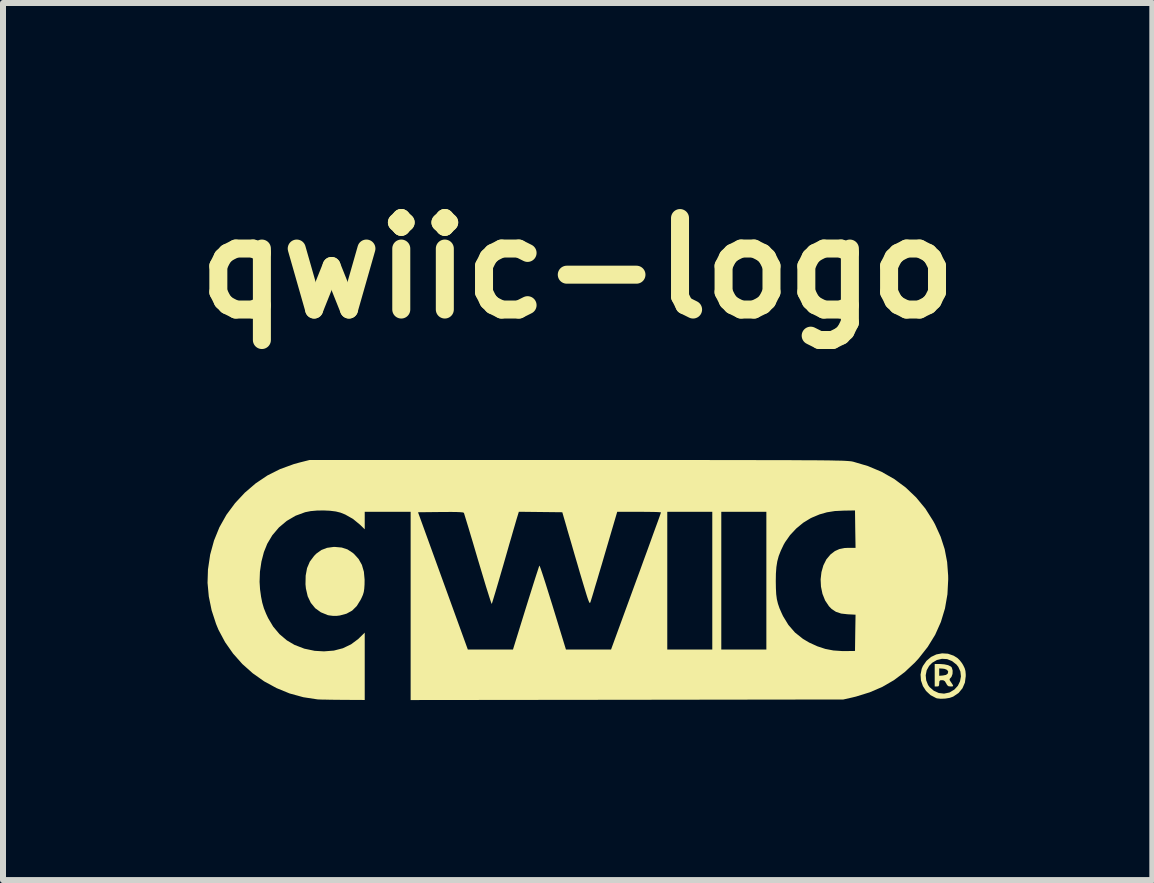
<source format=kicad_pcb>
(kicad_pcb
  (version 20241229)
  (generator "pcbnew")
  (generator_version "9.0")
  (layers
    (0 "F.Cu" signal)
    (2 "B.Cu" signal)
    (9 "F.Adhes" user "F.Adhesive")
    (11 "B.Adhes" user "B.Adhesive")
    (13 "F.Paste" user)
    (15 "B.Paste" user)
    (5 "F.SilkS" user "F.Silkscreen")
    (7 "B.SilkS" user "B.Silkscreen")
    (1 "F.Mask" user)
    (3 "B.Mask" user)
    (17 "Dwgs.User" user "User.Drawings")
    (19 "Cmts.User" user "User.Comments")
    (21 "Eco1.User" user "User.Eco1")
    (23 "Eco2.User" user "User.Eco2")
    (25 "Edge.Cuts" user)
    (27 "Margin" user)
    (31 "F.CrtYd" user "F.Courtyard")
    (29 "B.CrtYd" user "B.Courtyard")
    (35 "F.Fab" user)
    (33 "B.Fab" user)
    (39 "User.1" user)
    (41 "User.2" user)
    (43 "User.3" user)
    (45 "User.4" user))
  (footprint "qwiic-logo"
    (layer "F.Cu")
    (at 6.628 6.498)
    (property "Reference" "qwiic-logo" (at -0.053 -5.08 0) (layer "F.SilkS") (effects (font (size 1.524 1.524) (thickness 0.3))))
    (attr board_only exclude_from_pos_files exclude_from_bom)
    (fp_poly (pts (xy -3.984 -0.425) (xy -3.889 -0.394) (xy -3.803 -0.338) (xy -3.78 -0.319) (xy -3.703 -0.234) (xy -3.648 -0.136) (xy -3.615 -0.022) (xy -3.603 0.11) (xy -3.604 0.191) (xy -3.609 0.263) (xy -3.617 0.316) (xy -3.631 0.363) (xy -3.654 0.415) (xy -3.67 0.447) (xy -3.734 0.55) (xy -3.811 0.626) (xy -3.904 0.677) (xy -4.015 0.707) (xy -4.072 0.714) (xy -4.134 0.713) (xy -4.198 0.705) (xy -4.217 0.701) (xy -4.332 0.654) (xy -4.426 0.586) (xy -4.499 0.497) (xy -4.551 0.388) (xy -4.581 0.258) (xy -4.588 0.187) (xy -4.585 0.043) (xy -4.562 -0.082) (xy -4.516 -0.19) (xy -4.446 -0.284) (xy -4.408 -0.323) (xy -4.323 -0.384) (xy -4.229 -0.42) (xy -4.12 -0.435) (xy -4.096 -0.435)) (stroke (width 0) (type solid)) (fill yes) (layer "F.SilkS"))
    (fp_poly (pts (xy 5.975 1.515) (xy 6.055 1.521) (xy 6.12 1.535) (xy 6.166 1.558) (xy 6.181 1.575) (xy 6.195 1.625) (xy 6.193 1.681) (xy 6.176 1.728) (xy 6.166 1.741) (xy 6.146 1.763) (xy 6.144 1.781) (xy 6.161 1.809) (xy 6.163 1.812) (xy 6.192 1.855) (xy 6.203 1.878) (xy 6.196 1.888) (xy 6.173 1.89) (xy 6.162 1.89) (xy 6.126 1.886) (xy 6.103 1.867) (xy 6.087 1.838) (xy 6.065 1.802) (xy 6.039 1.787) (xy 6.016 1.785) (xy 5.986 1.788) (xy 5.974 1.803) (xy 5.971 1.838) (xy 5.968 1.873) (xy 5.956 1.888) (xy 5.934 1.89) (xy 5.896 1.89) (xy 5.896 1.589) (xy 5.971 1.589) (xy 5.971 1.712) (xy 6.033 1.707) (xy 6.084 1.697) (xy 6.112 1.677) (xy 6.121 1.642) (xy 6.103 1.615) (xy 6.061 1.597) (xy 6.033 1.593) (xy 5.971 1.589) (xy 5.896 1.589) (xy 5.896 1.515)) (stroke (width 0) (type solid)) (fill yes) (layer "F.SilkS"))
    (fp_poly (pts (xy 6.117 1.344) (xy 6.212 1.377) (xy 6.276 1.417) (xy 6.312 1.452) (xy 6.35 1.501) (xy 6.37 1.534) (xy 6.395 1.585) (xy 6.408 1.631) (xy 6.413 1.687) (xy 6.413 1.718) (xy 6.399 1.826) (xy 6.359 1.919) (xy 6.294 1.998) (xy 6.204 2.059) (xy 6.145 2.08) (xy 6.071 2.092) (xy 5.997 2.095) (xy 5.934 2.088) (xy 5.919 2.083) (xy 5.826 2.034) (xy 5.752 1.965) (xy 5.699 1.883) (xy 5.667 1.79) (xy 5.661 1.703) (xy 5.746 1.703) (xy 5.754 1.787) (xy 5.785 1.865) (xy 5.811 1.901) (xy 5.882 1.962) (xy 5.964 1.999) (xy 6.052 2.009) (xy 6.139 1.991) (xy 6.148 1.987) (xy 6.224 1.941) (xy 6.282 1.878) (xy 6.318 1.803) (xy 6.333 1.722) (xy 6.324 1.641) (xy 6.29 1.565) (xy 6.259 1.525) (xy 6.185 1.467) (xy 6.103 1.434) (xy 6.017 1.429) (xy 5.932 1.449) (xy 5.854 1.495) (xy 5.802 1.548) (xy 5.762 1.621) (xy 5.746 1.703) (xy 5.661 1.703) (xy 5.66 1.693) (xy 5.679 1.596) (xy 5.699 1.549) (xy 5.759 1.463) (xy 5.835 1.398) (xy 5.923 1.356) (xy 6.019 1.338)) (stroke (width 0) (type solid)) (fill yes) (layer "F.SilkS"))
    (fp_poly (pts (xy 0.382 -1.883) (xy 0.787 -1.883) (xy 1.164 -1.883) (xy 1.515 -1.883) (xy 1.839 -1.883) (xy 2.139 -1.883) (xy 2.415 -1.882) (xy 2.668 -1.882) (xy 2.899 -1.882) (xy 3.11 -1.881) (xy 3.301 -1.881) (xy 3.473 -1.881) (xy 3.627 -1.88) (xy 3.765 -1.879) (xy 3.888 -1.879) (xy 3.995 -1.878) (xy 4.09 -1.877) (xy 4.171 -1.876) (xy 4.242 -1.874) (xy 4.301 -1.873) (xy 4.352 -1.872) (xy 4.394 -1.87) (xy 4.429 -1.868) (xy 4.457 -1.866) (xy 4.48 -1.864) (xy 4.499 -1.862) (xy 4.515 -1.86) (xy 4.528 -1.857) (xy 4.538 -1.855) (xy 4.782 -1.783) (xy 5.01 -1.687) (xy 5.221 -1.567) (xy 5.414 -1.424) (xy 5.587 -1.259) (xy 5.74 -1.074) (xy 5.871 -0.867) (xy 5.901 -0.812) (xy 5.995 -0.605) (xy 6.062 -0.398) (xy 6.103 -0.184) (xy 6.12 0.042) (xy 6.121 0.104) (xy 6.108 0.354) (xy 6.067 0.59) (xy 5.999 0.815) (xy 5.904 1.028) (xy 5.78 1.23) (xy 5.629 1.422) (xy 5.564 1.493) (xy 5.394 1.652) (xy 5.215 1.786) (xy 5.023 1.897) (xy 4.814 1.987) (xy 4.585 2.058) (xy 4.519 2.074) (xy 4.373 2.107) (xy 0.769 2.112) (xy -2.836 2.116) (xy -2.836 -1.013) (xy -2.713 -1.013) (xy -1.883 1.275) (xy -1.131 1.275) (xy -0.916 0.581) (xy -0.873 0.443) (xy -0.832 0.313) (xy -0.795 0.195) (xy -0.762 0.091) (xy -0.734 0.005) (xy -0.712 -0.062) (xy -0.698 -0.106) (xy -0.691 -0.124) (xy -0.691 -0.124) (xy -0.684 -0.112) (xy -0.67 -0.075) (xy -0.649 -0.014) (xy -0.622 0.068) (xy -0.59 0.167) (xy -0.554 0.282) (xy -0.514 0.41) (xy -0.471 0.547) (xy -0.464 0.57) (xy -0.248 1.275) (xy 0.128 1.275) (xy 0.503 1.275) (xy 1.44 1.275) (xy 2.19 1.275) (xy 2.34 1.275) (xy 3.091 1.275) (xy 3.091 0.135) (xy 3.248 0.135) (xy 3.25 0.255) (xy 3.255 0.353) (xy 3.266 0.436) (xy 3.284 0.511) (xy 3.31 0.587) (xy 3.347 0.671) (xy 3.369 0.718) (xy 3.458 0.864) (xy 3.568 0.991) (xy 3.701 1.097) (xy 3.804 1.158) (xy 3.942 1.221) (xy 4.073 1.264) (xy 4.208 1.29) (xy 4.356 1.3) (xy 4.426 1.3) (xy 4.568 1.298) (xy 4.572 0.996) (xy 4.577 0.694) (xy 4.444 0.687) (xy 4.337 0.675) (xy 4.25 0.646) (xy 4.179 0.599) (xy 4.134 0.553) (xy 4.07 0.457) (xy 4.026 0.347) (xy 4.001 0.227) (xy 3.995 0.105) (xy 4.009 -0.016) (xy 4.041 -0.128) (xy 4.091 -0.228) (xy 4.16 -0.31) (xy 4.233 -0.366) (xy 4.308 -0.4) (xy 4.394 -0.417) (xy 4.46 -0.42) (xy 4.577 -0.42) (xy 4.572 -0.731) (xy 4.568 -1.043) (xy 4.381 -1.04) (xy 4.232 -1.033) (xy 4.1 -1.012) (xy 3.977 -0.977) (xy 3.853 -0.925) (xy 3.826 -0.912) (xy 3.705 -0.838) (xy 3.59 -0.743) (xy 3.486 -0.632) (xy 3.403 -0.514) (xy 3.379 -0.472) (xy 3.332 -0.373) (xy 3.297 -0.284) (xy 3.273 -0.195) (xy 3.258 -0.1) (xy 3.25 0.01) (xy 3.248 0.135) (xy 3.091 0.135) (xy 3.091 -1.02) (xy 2.34 -1.02) (xy 2.34 1.275) (xy 2.19 1.275) (xy 2.19 -1.02) (xy 1.44 -1.02) (xy 1.44 1.275) (xy 0.503 1.275) (xy 0.919 0.137) (xy 0.984 -0.039) (xy 1.045 -0.208) (xy 1.103 -0.366) (xy 1.156 -0.512) (xy 1.203 -0.643) (xy 1.245 -0.758) (xy 1.28 -0.853) (xy 1.307 -0.928) (xy 1.325 -0.98) (xy 1.334 -1.007) (xy 1.335 -1.011) (xy 1.321 -1.013) (xy 1.281 -1.016) (xy 1.219 -1.018) (xy 1.139 -1.019) (xy 1.045 -1.02) (xy 0.971 -1.02) (xy 0.606 -1.02) (xy 0.391 -0.289) (xy 0.349 -0.145) (xy 0.308 -0.009) (xy 0.271 0.117) (xy 0.237 0.229) (xy 0.209 0.325) (xy 0.186 0.401) (xy 0.169 0.455) (xy 0.16 0.484) (xy 0.159 0.486) (xy 0.155 0.494) (xy 0.152 0.498) (xy 0.147 0.498) (xy 0.142 0.491) (xy 0.134 0.475) (xy 0.124 0.45) (xy 0.111 0.413) (xy 0.095 0.363) (xy 0.075 0.297) (xy 0.05 0.215) (xy 0.02 0.115) (xy -0.016 -0.005) (xy -0.057 -0.147) (xy -0.106 -0.313) (xy -0.161 -0.504) (xy -0.225 -0.721) (xy -0.237 -0.765) (xy -0.309 -1.013) (xy -0.671 -1.017) (xy -1.033 -1.021) (xy -1.071 -0.897) (xy -1.083 -0.856) (xy -1.102 -0.79) (xy -1.128 -0.702) (xy -1.158 -0.597) (xy -1.193 -0.478) (xy -1.23 -0.348) (xy -1.269 -0.212) (xy -1.291 -0.135) (xy -1.33 -0.002) (xy -1.366 0.122) (xy -1.399 0.234) (xy -1.428 0.332) (xy -1.452 0.411) (xy -1.47 0.47) (xy -1.481 0.505) (xy -1.485 0.514) (xy -1.491 0.502) (xy -1.504 0.464) (xy -1.524 0.403) (xy -1.55 0.32) (xy -1.582 0.219) (xy -1.617 0.102) (xy -1.656 -0.028) (xy -1.698 -0.168) (xy -1.717 -0.231) (xy -1.76 -0.377) (xy -1.8 -0.513) (xy -1.838 -0.639) (xy -1.871 -0.75) (xy -1.9 -0.845) (xy -1.923 -0.92) (xy -1.939 -0.973) (xy -1.948 -1.001) (xy -1.95 -1.004) (xy -1.966 -1.01) (xy -2.007 -1.014) (xy -2.074 -1.017) (xy -2.168 -1.018) (xy -2.291 -1.017) (xy -2.336 -1.017) (xy -2.713 -1.013) (xy -2.836 -1.013) (xy -2.836 -1.02) (xy -3.601 -1.02) (xy -3.601 -0.729) (xy -3.679 -0.805) (xy -3.797 -0.902) (xy -3.926 -0.975) (xy -4.006 -1.007) (xy -4.083 -1.026) (xy -4.18 -1.038) (xy -4.289 -1.043) (xy -4.399 -1.041) (xy -4.501 -1.032) (xy -4.587 -1.015) (xy -4.59 -1.015) (xy -4.753 -0.955) (xy -4.9 -0.869) (xy -5.03 -0.76) (xy -5.141 -0.629) (xy -5.225 -0.488) (xy -5.281 -0.349) (xy -5.322 -0.191) (xy -5.347 -0.023) (xy -5.353 0.146) (xy -5.345 0.274) (xy -5.328 0.395) (xy -5.308 0.495) (xy -5.281 0.587) (xy -5.244 0.679) (xy -5.211 0.75) (xy -5.126 0.893) (xy -5.021 1.018) (xy -4.898 1.122) (xy -4.771 1.197) (xy -4.607 1.26) (xy -4.435 1.296) (xy -4.28 1.305) (xy -4.115 1.292) (xy -3.965 1.253) (xy -3.829 1.188) (xy -3.708 1.098) (xy -3.69 1.08) (xy -3.601 0.993) (xy -3.601 2.115) (xy -3.965 2.113) (xy -4.07 2.112) (xy -4.168 2.111) (xy -4.255 2.109) (xy -4.324 2.108) (xy -4.372 2.106) (xy -4.388 2.105) (xy -4.624 2.069) (xy -4.853 2.006) (xy -5.07 1.917) (xy -5.276 1.805) (xy -5.467 1.67) (xy -5.641 1.515) (xy -5.795 1.341) (xy -5.928 1.151) (xy -6.038 0.945) (xy -6.078 0.848) (xy -6.152 0.621) (xy -6.199 0.391) (xy -6.22 0.163) (xy -6.213 -0.059) (xy -6.176 -0.308) (xy -6.112 -0.542) (xy -6.022 -0.763) (xy -5.905 -0.971) (xy -5.761 -1.165) (xy -5.6 -1.338) (xy -5.417 -1.495) (xy -5.222 -1.626) (xy -5.011 -1.732) (xy -4.783 -1.815) (xy -4.685 -1.842) (xy -4.523 -1.883) (xy -0.053 -1.883)) (stroke (width 0) (type solid)) (fill yes) (layer "F.SilkS")))
  (gr_rect
    (start -3 -3)
    (end 16.15 11.614)
    (stroke (width 0.1) (type default))
    (fill no)
    (layer "Edge.Cuts")))
</source>
